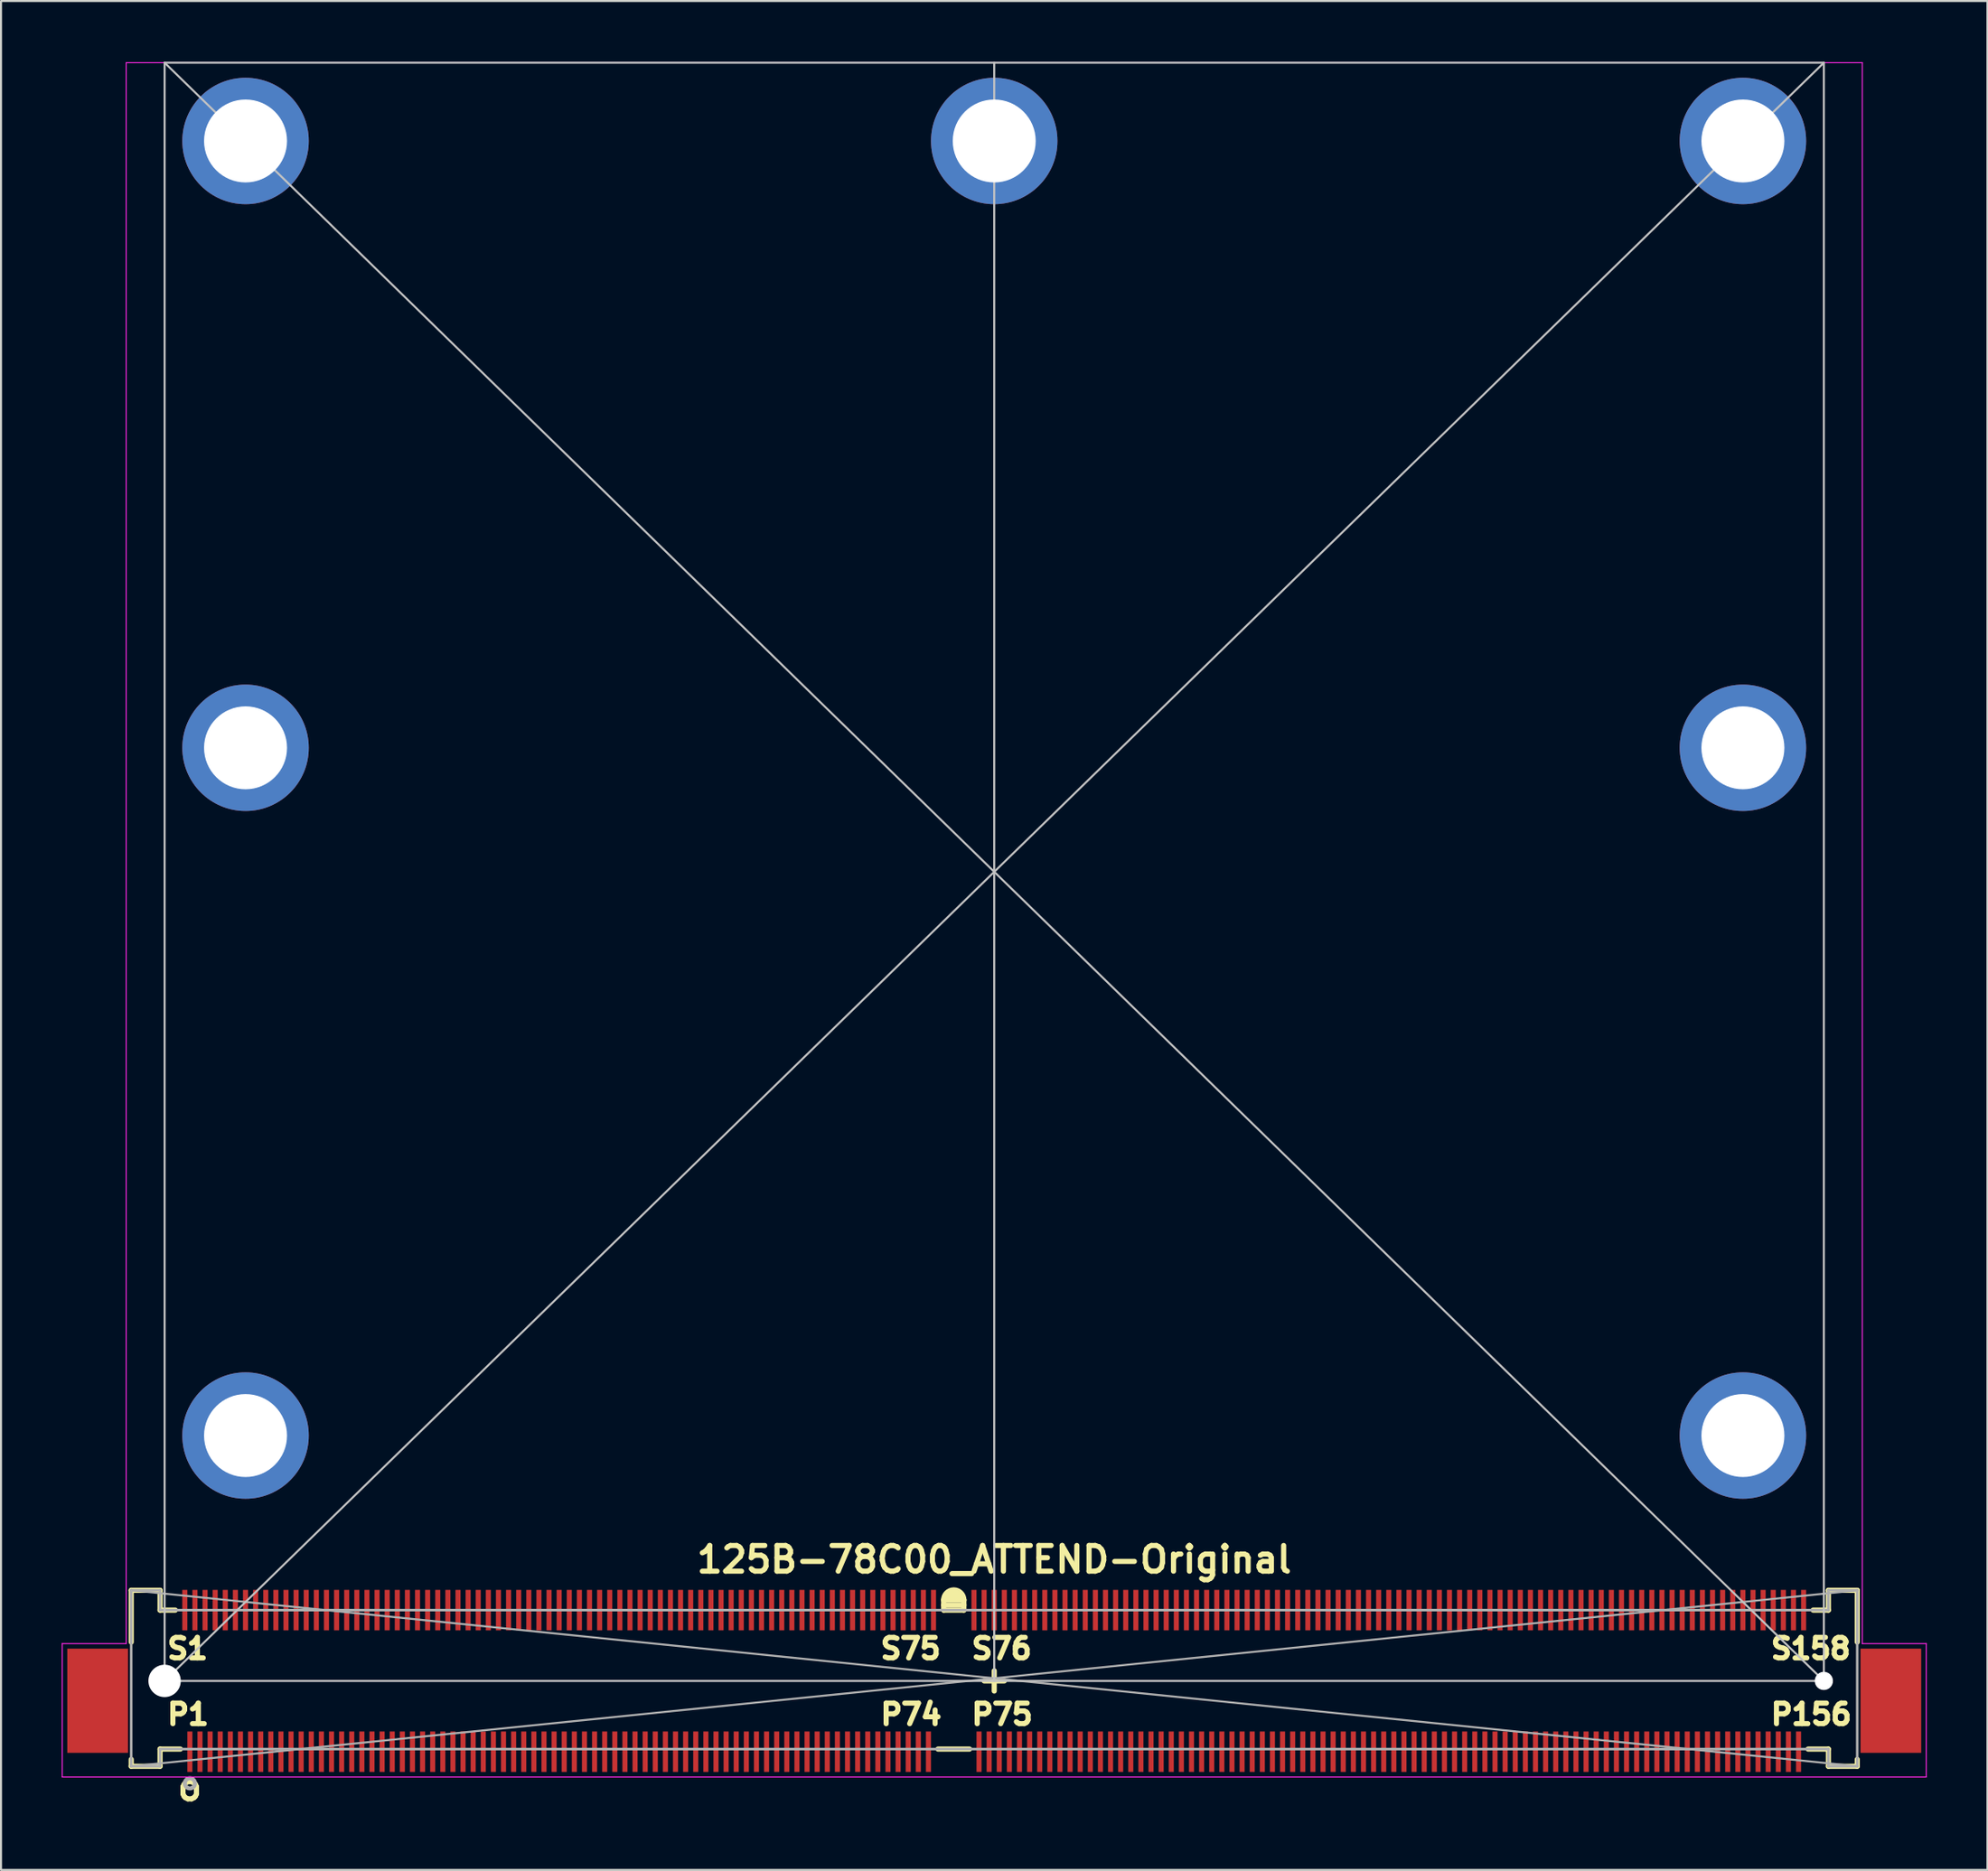
<source format=kicad_pcb>
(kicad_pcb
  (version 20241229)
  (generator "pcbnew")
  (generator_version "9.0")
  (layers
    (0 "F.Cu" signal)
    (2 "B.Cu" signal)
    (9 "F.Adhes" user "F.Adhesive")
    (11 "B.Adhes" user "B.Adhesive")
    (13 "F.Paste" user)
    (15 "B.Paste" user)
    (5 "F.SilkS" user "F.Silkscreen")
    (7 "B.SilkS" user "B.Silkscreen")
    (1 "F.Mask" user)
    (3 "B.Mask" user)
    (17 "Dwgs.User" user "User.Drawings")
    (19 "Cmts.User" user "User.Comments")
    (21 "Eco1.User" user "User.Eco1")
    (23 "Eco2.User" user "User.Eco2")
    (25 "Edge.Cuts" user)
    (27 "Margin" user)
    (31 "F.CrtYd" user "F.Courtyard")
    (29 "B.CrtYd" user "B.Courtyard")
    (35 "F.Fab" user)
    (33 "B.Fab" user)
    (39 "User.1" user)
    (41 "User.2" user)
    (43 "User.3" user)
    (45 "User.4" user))
  (footprint "125B-78C00_ATTEND-Original"
    (layer "F.Cu")
    (at 46.085 80.05)
    (property "Reference" "125B-78C00_ATTEND-Original" (at 0 -6 0) (layer "F.SilkS") (effects (font (size 1.27 1.27) (thickness 0.254) (bold yes))))
    (attr smd)
    (fp_line (start -42.65 -1.92) (end -42.65 -4.48) (stroke (width 0.254) (type solid)) (layer "F.SilkS"))
    (fp_line (start -42.65 4.22) (end -42.65 3.88) (stroke (width 0.254) (type solid)) (layer "F.SilkS"))
    (fp_line (start -41.225 -4.48) (end -42.65 -4.48) (stroke (width 0.254) (type solid)) (layer "F.SilkS"))
    (fp_line (start -41.225 -3.5) (end -41.225 -4.48) (stroke (width 0.254) (type solid)) (layer "F.SilkS"))
    (fp_line (start -41.225 -3.5) (end -40.47 -3.5) (stroke (width 0.254) (type solid)) (layer "F.SilkS"))
    (fp_line (start -41.225 3.37) (end -40.22 3.37) (stroke (width 0.254) (type solid)) (layer "F.SilkS"))
    (fp_line (start -41.225 4.22) (end -42.65 4.22) (stroke (width 0.254) (type solid)) (layer "F.SilkS"))
    (fp_line (start -41.225 4.22) (end -41.225 3.37) (stroke (width 0.254) (type solid)) (layer "F.SilkS"))
    (fp_line (start -2.78 3.37) (end -1.22 3.37) (stroke (width 0.254) (type solid)) (layer "F.SilkS"))
    (fp_line (start -2.5 -4) (end -1.5 -4) (stroke (width 0.254) (type solid)) (layer "F.SilkS"))
    (fp_line (start -2.5 -3.75) (end -1.5 -3.75) (stroke (width 0.254) (type solid)) (layer "F.SilkS"))
    (fp_line (start -2.5 -3.5) (end -2.5 -4) (stroke (width 0.254) (type default)) (layer "F.SilkS"))
    (fp_line (start -2.5 -3.5) (end -1.5 -3.5) (stroke (width 0.254) (type solid)) (layer "F.SilkS"))
    (fp_line (start -2.25 -4.25) (end -1.75 -4.25) (stroke (width 0.4) (type solid)) (layer "F.SilkS"))
    (fp_line (start -1.5 -3.5) (end -1.5 -4) (stroke (width 0.254) (type default)) (layer "F.SilkS"))
    (fp_line (start 0 0.5) (end 0 -0.5) (stroke (width 0.254) (type default)) (layer "F.SilkS"))
    (fp_line (start 0.5 0) (end -0.5 0) (stroke (width 0.254) (type default)) (layer "F.SilkS"))
    (fp_line (start 41.225 -4.48) (end 42.65 -4.48) (stroke (width 0.254) (type solid)) (layer "F.SilkS"))
    (fp_line (start 41.225 -3.5) (end 40.47 -3.5) (stroke (width 0.254) (type solid)) (layer "F.SilkS"))
    (fp_line (start 41.225 -3.5) (end 41.225 -4.48) (stroke (width 0.254) (type solid)) (layer "F.SilkS"))
    (fp_line (start 41.225 3.37) (end 40.22 3.37) (stroke (width 0.254) (type solid)) (layer "F.SilkS"))
    (fp_line (start 41.225 4.22) (end 41.225 3.37) (stroke (width 0.254) (type solid)) (layer "F.SilkS"))
    (fp_line (start 41.225 4.22) (end 42.65 4.22) (stroke (width 0.254) (type solid)) (layer "F.SilkS"))
    (fp_line (start 42.65 -1.92) (end 42.65 -4.48) (stroke (width 0.254) (type solid)) (layer "F.SilkS"))
    (fp_line (start 42.65 4.22) (end 42.65 3.88) (stroke (width 0.254) (type solid)) (layer "F.SilkS"))
    (fp_arc (start -2.5 -4) (mid -2 -4.5) (end -1.5 -4) (stroke (width 0.254) (type default)) (layer "F.SilkS"))
    (fp_line (start -41 0) (end 41 -80) (stroke (width 0.1) (type default)) (layer "Dwgs.User"))
    (fp_line (start 0 -80) (end 0 0) (stroke (width 0.1) (type default)) (layer "Dwgs.User"))
    (fp_line (start 41 0) (end -41 -80) (stroke (width 0.1) (type default)) (layer "Dwgs.User"))
    (fp_rect (start -41 0) (end 41 -80) (stroke (width 0.1) (type default)) (fill no) (layer "Dwgs.User"))
    (fp_line (start -46.06 -1.845) (end -46.06 4.75) (stroke (width 0.05) (type solid)) (layer "F.CrtYd"))
    (fp_line (start -46.06 -1.845) (end -42.9 -1.845) (stroke (width 0.05) (type solid)) (layer "F.CrtYd"))
    (fp_line (start -46.06 4.75) (end 46.06 4.75) (stroke (width 0.05) (type solid)) (layer "F.CrtYd"))
    (fp_line (start -42.9 -1.845) (end -42.9 -80) (stroke (width 0.05) (type solid)) (layer "F.CrtYd"))
    (fp_line (start 42.9 -80) (end -42.9 -80) (stroke (width 0.05) (type solid)) (layer "F.CrtYd"))
    (fp_line (start 42.9 -1.845) (end 42.9 -80) (stroke (width 0.05) (type solid)) (layer "F.CrtYd"))
    (fp_line (start 46.06 -1.845) (end 42.9 -1.845) (stroke (width 0.05) (type solid)) (layer "F.CrtYd"))
    (fp_line (start 46.06 4.75) (end 46.06 -1.845) (stroke (width 0.05) (type solid)) (layer "F.CrtYd"))
    (fp_line (start -42.65 -4.48) (end 42.65 4.22) (stroke (width 0.1) (type default)) (layer "F.Fab"))
    (fp_line (start -42.65 4.22) (end -42.65 -4.48) (stroke (width 0.127) (type solid)) (layer "F.Fab"))
    (fp_line (start -41.225 -4.48) (end -42.65 -4.48) (stroke (width 0.127) (type solid)) (layer "F.Fab"))
    (fp_line (start -41.225 -3.5) (end -41.225 -4.48) (stroke (width 0.127) (type solid)) (layer "F.Fab"))
    (fp_line (start -41.225 -3.5) (end 41.225 -3.5) (stroke (width 0.127) (type solid)) (layer "F.Fab"))
    (fp_line (start -41.225 4.22) (end -42.65 4.22) (stroke (width 0.127) (type solid)) (layer "F.Fab"))
    (fp_line (start -41.225 4.22) (end -41.225 3.37) (stroke (width 0.127) (type solid)) (layer "F.Fab"))
    (fp_line (start 41.225 -4.48) (end 41.225 -3.5) (stroke (width 0.127) (type solid)) (layer "F.Fab"))
    (fp_line (start 41.225 -4.48) (end 42.65 -4.48) (stroke (width 0.127) (type solid)) (layer "F.Fab"))
    (fp_line (start 41.225 3.37) (end -41.225 3.37) (stroke (width 0.127) (type solid)) (layer "F.Fab"))
    (fp_line (start 41.225 4.22) (end 41.225 3.37) (stroke (width 0.127) (type solid)) (layer "F.Fab"))
    (fp_line (start 41.225 4.22) (end 42.65 4.22) (stroke (width 0.127) (type solid)) (layer "F.Fab"))
    (fp_line (start 42.65 -4.48) (end -42.65 4.22) (stroke (width 0.1) (type default)) (layer "F.Fab"))
    (fp_line (start 42.65 -4.48) (end 42.65 4.22) (stroke (width 0.127) (type solid)) (layer "F.Fab"))
    (fp_circle (center -39.75 5.063) (end -39.5 5.063) (stroke (width 0.2) (type solid)) (fill no) (layer "F.Fab"))
    (fp_text user "S158" (at 38.25 -1 0) (unlocked yes) (layer "F.SilkS") (effects (font (size 1.016 1.016) (thickness 0.254) (bold yes)) (justify left bottom)))
    (fp_text user "P74" (at -5.75 2.25 0) (unlocked yes) (layer "F.SilkS") (effects (font (size 1.016 1.016) (thickness 0.254) (bold yes)) (justify left bottom)))
    (fp_text user "P156" (at 38.25 2.25 0) (unlocked yes) (layer "F.SilkS") (effects (font (size 1.016 1.016) (thickness 0.254) (bold yes)) (justify left bottom)))
    (fp_text user "S1" (at -41 -1 0) (unlocked yes) (layer "F.SilkS") (effects (font (size 1.016 1.016) (thickness 0.254) (bold yes)) (justify left bottom)))
    (fp_text user "o" (at -40.5 6 0) (unlocked yes) (layer "F.SilkS") (effects (font (size 1.27 1.27) (thickness 0.254) (bold yes)) (justify left bottom)))
    (fp_text user "S75" (at -5.75 -1 0) (unlocked yes) (layer "F.SilkS") (effects (font (size 1.016 1.016) (thickness 0.254) (bold yes)) (justify left bottom)))
    (fp_text user "S76" (at -1.25 -1 0) (unlocked yes) (layer "F.SilkS") (effects (font (size 1.016 1.016) (thickness 0.254) (bold yes)) (justify left bottom)))
    (fp_text user "P75" (at -1.25 2.25 0) (unlocked yes) (layer "F.SilkS") (effects (font (size 1.016 1.016) (thickness 0.254) (bold yes)) (justify left bottom)))
    (fp_text user "P1" (at -41 2.25 0) (unlocked yes) (layer "F.SilkS") (effects (font (size 1.016 1.016) (thickness 0.254) (bold yes)) (justify left bottom)))
    (pad "" np_thru_hole circle (at -41 0) (size 1.6 1.6) (drill 1.6) (layers "*.Cu" "*.Mask"))
    (pad "" smd rect (at -40 -3.5) (size 0.23 2) (layers "F.Paste"))
    (pad "" smd rect (at -39.75 3.5) (size 0.23 2) (layers "F.Paste"))
    (pad "" smd rect (at -39.5 -3.5) (size 0.23 2) (layers "F.Paste"))
    (pad "" smd rect (at -39.25 3.5) (size 0.23 2) (layers "F.Paste"))
    (pad "" smd rect (at -39 -3.5) (size 0.23 2) (layers "F.Paste"))
    (pad "" smd rect (at -38.75 3.5) (size 0.23 2) (layers "F.Paste"))
    (pad "" smd rect (at -38.5 -3.5) (size 0.23 2) (layers "F.Paste"))
    (pad "" smd rect (at -38.25 3.5) (size 0.23 2) (layers "F.Paste"))
    (pad "" smd rect (at -38 -3.5) (size 0.23 2) (layers "F.Paste"))
    (pad "" smd rect (at -37.75 3.5) (size 0.23 2) (layers "F.Paste"))
    (pad "" smd rect (at -37.5 -3.5) (size 0.23 2) (layers "F.Paste"))
    (pad "" smd rect (at -37.25 3.5) (size 0.23 2) (layers "F.Paste"))
    (pad "" smd rect (at -37 -3.5) (size 0.23 2) (layers "F.Paste"))
    (pad "" smd rect (at -36.75 3.5) (size 0.23 2) (layers "F.Paste"))
    (pad "" smd rect (at -36.5 -3.5) (size 0.23 2) (layers "F.Paste"))
    (pad "" smd rect (at -36.25 3.5) (size 0.23 2) (layers "F.Paste"))
    (pad "" smd rect (at -36 -3.5) (size 0.23 2) (layers "F.Paste"))
    (pad "" smd rect (at -35.75 3.5) (size 0.23 2) (layers "F.Paste"))
    (pad "" smd rect (at -35.5 -3.5) (size 0.23 2) (layers "F.Paste"))
    (pad "" smd rect (at -35.25 3.5) (size 0.23 2) (layers "F.Paste"))
    (pad "" smd rect (at -35 -3.5) (size 0.23 2) (layers "F.Paste"))
    (pad "" smd rect (at -34.75 3.5) (size 0.23 2) (layers "F.Paste"))
    (pad "" smd rect (at -34.5 -3.5) (size 0.23 2) (layers "F.Paste"))
    (pad "" smd rect (at -34.25 3.5) (size 0.23 2) (layers "F.Paste"))
    (pad "" smd rect (at -34 -3.5) (size 0.23 2) (layers "F.Paste"))
    (pad "" smd rect (at -33.75 3.5) (size 0.23 2) (layers "F.Paste"))
    (pad "" smd rect (at -33.5 -3.5) (size 0.23 2) (layers "F.Paste"))
    (pad "" smd rect (at -33.25 3.5) (size 0.23 2) (layers "F.Paste"))
    (pad "" smd rect (at -33 -3.5) (size 0.23 2) (layers "F.Paste"))
    (pad "" smd rect (at -32.75 3.5) (size 0.23 2) (layers "F.Paste"))
    (pad "" smd rect (at -32.5 -3.5) (size 0.23 2) (layers "F.Paste"))
    (pad "" smd rect (at -32.25 3.5) (size 0.23 2) (layers "F.Paste"))
    (pad "" smd rect (at -32 -3.5) (size 0.23 2) (layers "F.Paste"))
    (pad "" smd rect (at -31.75 3.5) (size 0.23 2) (layers "F.Paste"))
    (pad "" smd rect (at -31.5 -3.5) (size 0.23 2) (layers "F.Paste"))
    (pad "" smd rect (at -31.25 3.5) (size 0.23 2) (layers "F.Paste"))
    (pad "" smd rect (at -31 -3.5) (size 0.23 2) (layers "F.Paste"))
    (pad "" smd rect (at -30.75 3.5) (size 0.23 2) (layers "F.Paste"))
    (pad "" smd rect (at -30.5 -3.5) (size 0.23 2) (layers "F.Paste"))
    (pad "" smd rect (at -30.25 3.5) (size 0.23 2) (layers "F.Paste"))
    (pad "" smd rect (at -30 -3.5) (size 0.23 2) (layers "F.Paste"))
    (pad "" smd rect (at -29.75 3.5) (size 0.23 2) (layers "F.Paste"))
    (pad "" smd rect (at -29.5 -3.5) (size 0.23 2) (layers "F.Paste"))
    (pad "" smd rect (at -29.25 3.5) (size 0.23 2) (layers "F.Paste"))
    (pad "" smd rect (at -29 -3.5) (size 0.23 2) (layers "F.Paste"))
    (pad "" smd rect (at -28.75 3.5) (size 0.23 2) (layers "F.Paste"))
    (pad "" smd rect (at -28.5 -3.5) (size 0.23 2) (layers "F.Paste"))
    (pad "" smd rect (at -28.25 3.5) (size 0.23 2) (layers "F.Paste"))
    (pad "" smd rect (at -28 -3.5) (size 0.23 2) (layers "F.Paste"))
    (pad "" smd rect (at -27.75 3.5) (size 0.23 2) (layers "F.Paste"))
    (pad "" smd rect (at -27.5 -3.5) (size 0.23 2) (layers "F.Paste"))
    (pad "" smd rect (at -27.25 3.5) (size 0.23 2) (layers "F.Paste"))
    (pad "" smd rect (at -27 -3.5) (size 0.23 2) (layers "F.Paste"))
    (pad "" smd rect (at -26.75 3.5) (size 0.23 2) (layers "F.Paste"))
    (pad "" smd rect (at -26.5 -3.5) (size 0.23 2) (layers "F.Paste"))
    (pad "" smd rect (at -26.25 3.5) (size 0.23 2) (layers "F.Paste"))
    (pad "" smd rect (at -26 -3.5) (size 0.23 2) (layers "F.Paste"))
    (pad "" smd rect (at -25.75 3.5) (size 0.23 2) (layers "F.Paste"))
    (pad "" smd rect (at -25.5 -3.5) (size 0.23 2) (layers "F.Paste"))
    (pad "" smd rect (at -25.25 3.5) (size 0.23 2) (layers "F.Paste"))
    (pad "" smd rect (at -25 -3.5) (size 0.23 2) (layers "F.Paste"))
    (pad "" smd rect (at -24.75 3.5) (size 0.23 2) (layers "F.Paste"))
    (pad "" smd rect (at -24.5 -3.5) (size 0.23 2) (layers "F.Paste"))
    (pad "" smd rect (at -24.25 3.5) (size 0.23 2) (layers "F.Paste"))
    (pad "" smd rect (at -24 -3.5) (size 0.23 2) (layers "F.Paste"))
    (pad "" smd rect (at -23.75 3.5) (size 0.23 2) (layers "F.Paste"))
    (pad "" smd rect (at -23.5 -3.5) (size 0.23 2) (layers "F.Paste"))
    (pad "" smd rect (at -23.25 3.5) (size 0.23 2) (layers "F.Paste"))
    (pad "" smd rect (at -23 -3.5) (size 0.23 2) (layers "F.Paste"))
    (pad "" smd rect (at -22.75 3.5) (size 0.23 2) (layers "F.Paste"))
    (pad "" smd rect (at -22.5 -3.5) (size 0.23 2) (layers "F.Paste"))
    (pad "" smd rect (at -22.25 3.5) (size 0.23 2) (layers "F.Paste"))
    (pad "" smd rect (at -22 -3.5) (size 0.23 2) (layers "F.Paste"))
    (pad "" smd rect (at -21.75 3.5) (size 0.23 2) (layers "F.Paste"))
    (pad "" smd rect (at -21.5 -3.5) (size 0.23 2) (layers "F.Paste"))
    (pad "" smd rect (at -21.25 3.5) (size 0.23 2) (layers "F.Paste"))
    (pad "" smd rect (at -21 -3.5) (size 0.23 2) (layers "F.Paste"))
    (pad "" smd rect (at -20.75 3.5) (size 0.23 2) (layers "F.Paste"))
    (pad "" smd rect (at -20.5 -3.5) (size 0.23 2) (layers "F.Paste"))
    (pad "" smd rect (at -20.25 3.5) (size 0.23 2) (layers "F.Paste"))
    (pad "" smd rect (at -20 -3.5) (size 0.23 2) (layers "F.Paste"))
    (pad "" smd rect (at -19.75 3.5) (size 0.23 2) (layers "F.Paste"))
    (pad "" smd rect (at -19.5 -3.5) (size 0.23 2) (layers "F.Paste"))
    (pad "" smd rect (at -19.25 3.5) (size 0.23 2) (layers "F.Paste"))
    (pad "" smd rect (at -19 -3.5) (size 0.23 2) (layers "F.Paste"))
    (pad "" smd rect (at -18.75 3.5) (size 0.23 2) (layers "F.Paste"))
    (pad "" smd rect (at -18.5 -3.5) (size 0.23 2) (layers "F.Paste"))
    (pad "" smd rect (at -18.25 3.5) (size 0.23 2) (layers "F.Paste"))
    (pad "" smd rect (at -18 -3.5) (size 0.23 2) (layers "F.Paste"))
    (pad "" smd rect (at -17.75 3.5) (size 0.23 2) (layers "F.Paste"))
    (pad "" smd rect (at -17.5 -3.5) (size 0.23 2) (layers "F.Paste"))
    (pad "" smd rect (at -17.25 3.5) (size 0.23 2) (layers "F.Paste"))
    (pad "" smd rect (at -17 -3.5) (size 0.23 2) (layers "F.Paste"))
    (pad "" smd rect (at -16.75 3.5) (size 0.23 2) (layers "F.Paste"))
    (pad "" smd rect (at -16.5 -3.5) (size 0.23 2) (layers "F.Paste"))
    (pad "" smd rect (at -16.25 3.5) (size 0.23 2) (layers "F.Paste"))
    (pad "" smd rect (at -16 -3.5) (size 0.23 2) (layers "F.Paste"))
    (pad "" smd rect (at -15.75 3.5) (size 0.23 2) (layers "F.Paste"))
    (pad "" smd rect (at -15.5 -3.5) (size 0.23 2) (layers "F.Paste"))
    (pad "" smd rect (at -15.25 3.5) (size 0.23 2) (layers "F.Paste"))
    (pad "" smd rect (at -15 -3.5) (size 0.23 2) (layers "F.Paste"))
    (pad "" smd rect (at -14.75 3.5) (size 0.23 2) (layers "F.Paste"))
    (pad "" smd rect (at -14.5 -3.5) (size 0.23 2) (layers "F.Paste"))
    (pad "" smd rect (at -14.25 3.5) (size 0.23 2) (layers "F.Paste"))
    (pad "" smd rect (at -14 -3.5) (size 0.23 2) (layers "F.Paste"))
    (pad "" smd rect (at -13.75 3.5) (size 0.23 2) (layers "F.Paste"))
    (pad "" smd rect (at -13.5 -3.5) (size 0.23 2) (layers "F.Paste"))
    (pad "" smd rect (at -13.25 3.5) (size 0.23 2) (layers "F.Paste"))
    (pad "" smd rect (at -13 -3.5) (size 0.23 2) (layers "F.Paste"))
    (pad "" smd rect (at -12.75 3.5) (size 0.23 2) (layers "F.Paste"))
    (pad "" smd rect (at -12.5 -3.5) (size 0.23 2) (layers "F.Paste"))
    (pad "" smd rect (at -12.25 3.5) (size 0.23 2) (layers "F.Paste"))
    (pad "" smd rect (at -12 -3.5) (size 0.23 2) (layers "F.Paste"))
    (pad "" smd rect (at -11.75 3.5) (size 0.23 2) (layers "F.Paste"))
    (pad "" smd rect (at -11.5 -3.5) (size 0.23 2) (layers "F.Paste"))
    (pad "" smd rect (at -11.25 3.5) (size 0.23 2) (layers "F.Paste"))
    (pad "" smd rect (at -11 -3.5) (size 0.23 2) (layers "F.Paste"))
    (pad "" smd rect (at -10.75 3.5) (size 0.23 2) (layers "F.Paste"))
    (pad "" smd rect (at -10.5 -3.5) (size 0.23 2) (layers "F.Paste"))
    (pad "" smd rect (at -10.25 3.5) (size 0.23 2) (layers "F.Paste"))
    (pad "" smd rect (at -10 -3.5) (size 0.23 2) (layers "F.Paste"))
    (pad "" smd rect (at -9.75 3.5) (size 0.23 2) (layers "F.Paste"))
    (pad "" smd rect (at -9.5 -3.5) (size 0.23 2) (layers "F.Paste"))
    (pad "" smd rect (at -9.25 3.5) (size 0.23 2) (layers "F.Paste"))
    (pad "" smd rect (at -9 -3.5) (size 0.23 2) (layers "F.Paste"))
    (pad "" smd rect (at -8.75 3.5) (size 0.23 2) (layers "F.Paste"))
    (pad "" smd rect (at -8.5 -3.5) (size 0.23 2) (layers "F.Paste"))
    (pad "" smd rect (at -8.25 3.5) (size 0.23 2) (layers "F.Paste"))
    (pad "" smd rect (at -8 -3.5) (size 0.23 2) (layers "F.Paste"))
    (pad "" smd rect (at -7.75 3.5) (size 0.23 2) (layers "F.Paste"))
    (pad "" smd rect (at -7.5 -3.5) (size 0.23 2) (layers "F.Paste"))
    (pad "" smd rect (at -7.25 3.5) (size 0.23 2) (layers "F.Paste"))
    (pad "" smd rect (at -7 -3.5) (size 0.23 2) (layers "F.Paste"))
    (pad "" smd rect (at -6.75 3.5) (size 0.23 2) (layers "F.Paste"))
    (pad "" smd rect (at -6.5 -3.5) (size 0.23 2) (layers "F.Paste"))
    (pad "" smd rect (at -6.25 3.5) (size 0.23 2) (layers "F.Paste"))
    (pad "" smd rect (at -6 -3.5) (size 0.23 2) (layers "F.Paste"))
    (pad "" smd rect (at -5.75 3.5) (size 0.23 2) (layers "F.Paste"))
    (pad "" smd rect (at -5.5 -3.5) (size 0.23 2) (layers "F.Paste"))
    (pad "" smd rect (at -5.25 3.5) (size 0.23 2) (layers "F.Paste"))
    (pad "" smd rect (at -5 -3.5) (size 0.23 2) (layers "F.Paste"))
    (pad "" smd rect (at -4.75 3.5) (size 0.23 2) (layers "F.Paste"))
    (pad "" smd rect (at -4.5 -3.5) (size 0.23 2) (layers "F.Paste"))
    (pad "" smd rect (at -4.25 3.5) (size 0.23 2) (layers "F.Paste"))
    (pad "" smd rect (at -4 -3.5) (size 0.23 2) (layers "F.Paste"))
    (pad "" smd rect (at -3.75 3.5) (size 0.23 2) (layers "F.Paste"))
    (pad "" smd rect (at -3.5 -3.5) (size 0.23 2) (layers "F.Paste"))
    (pad "" smd rect (at -3.25 3.5) (size 0.23 2) (layers "F.Paste"))
    (pad "" smd rect (at -3 -3.5) (size 0.23 2) (layers "F.Paste"))
    (pad "" smd rect (at -1 -3.5) (size 0.23 2) (layers "F.Paste"))
    (pad "" smd rect (at -0.75 3.5) (size 0.23 2) (layers "F.Paste"))
    (pad "" smd rect (at -0.5 -3.5) (size 0.23 2) (layers "F.Paste"))
    (pad "" smd rect (at -0.25 3.5) (size 0.23 2) (layers "F.Paste"))
    (pad "" smd rect (at 0 -3.5) (size 0.23 2) (layers "F.Paste"))
    (pad "" smd rect (at 0.25 3.5) (size 0.23 2) (layers "F.Paste"))
    (pad "" smd rect (at 0.5 -3.5) (size 0.23 2) (layers "F.Paste"))
    (pad "" smd rect (at 0.75 3.5) (size 0.23 2) (layers "F.Paste"))
    (pad "" smd rect (at 1 -3.5) (size 0.23 2) (layers "F.Paste"))
    (pad "" smd rect (at 1.25 3.5) (size 0.23 2) (layers "F.Paste"))
    (pad "" smd rect (at 1.5 -3.5) (size 0.23 2) (layers "F.Paste"))
    (pad "" smd rect (at 1.75 3.5) (size 0.23 2) (layers "F.Paste"))
    (pad "" smd rect (at 2 -3.5) (size 0.23 2) (layers "F.Paste"))
    (pad "" smd rect (at 2.25 3.5) (size 0.23 2) (layers "F.Paste"))
    (pad "" smd rect (at 2.5 -3.5) (size 0.23 2) (layers "F.Paste"))
    (pad "" smd rect (at 2.75 3.5) (size 0.23 2) (layers "F.Paste"))
    (pad "" smd rect (at 3 -3.5) (size 0.23 2) (layers "F.Paste"))
    (pad "" smd rect (at 3.25 3.5) (size 0.23 2) (layers "F.Paste"))
    (pad "" smd rect (at 3.5 -3.5) (size 0.23 2) (layers "F.Paste"))
    (pad "" smd rect (at 3.75 3.5) (size 0.23 2) (layers "F.Paste"))
    (pad "" smd rect (at 4 -3.5) (size 0.23 2) (layers "F.Paste"))
    (pad "" smd rect (at 4.25 3.5) (size 0.23 2) (layers "F.Paste"))
    (pad "" smd rect (at 4.5 -3.5) (size 0.23 2) (layers "F.Paste"))
    (pad "" smd rect (at 4.75 3.5) (size 0.23 2) (layers "F.Paste"))
    (pad "" smd rect (at 5 -3.5) (size 0.23 2) (layers "F.Paste"))
    (pad "" smd rect (at 5.25 3.5) (size 0.23 2) (layers "F.Paste"))
    (pad "" smd rect (at 5.5 -3.5) (size 0.23 2) (layers "F.Paste"))
    (pad "" smd rect (at 5.75 3.5) (size 0.23 2) (layers "F.Paste"))
    (pad "" smd rect (at 6 -3.5) (size 0.23 2) (layers "F.Paste"))
    (pad "" smd rect (at 6.25 3.5) (size 0.23 2) (layers "F.Paste"))
    (pad "" smd rect (at 6.5 -3.5) (size 0.23 2) (layers "F.Paste"))
    (pad "" smd rect (at 6.75 3.5) (size 0.23 2) (layers "F.Paste"))
    (pad "" smd rect (at 7 -3.5) (size 0.23 2) (layers "F.Paste"))
    (pad "" smd rect (at 7.25 3.5) (size 0.23 2) (layers "F.Paste"))
    (pad "" smd rect (at 7.5 -3.5) (size 0.23 2) (layers "F.Paste"))
    (pad "" smd rect (at 7.75 3.5) (size 0.23 2) (layers "F.Paste"))
    (pad "" smd rect (at 8 -3.5) (size 0.23 2) (layers "F.Paste"))
    (pad "" smd rect (at 8.25 3.5) (size 0.23 2) (layers "F.Paste"))
    (pad "" smd rect (at 8.5 -3.5) (size 0.23 2) (layers "F.Paste"))
    (pad "" smd rect (at 8.75 3.5) (size 0.23 2) (layers "F.Paste"))
    (pad "" smd rect (at 9 -3.5) (size 0.23 2) (layers "F.Paste"))
    (pad "" smd rect (at 9.25 3.5) (size 0.23 2) (layers "F.Paste"))
    (pad "" smd rect (at 9.5 -3.5) (size 0.23 2) (layers "F.Paste"))
    (pad "" smd rect (at 9.75 3.5) (size 0.23 2) (layers "F.Paste"))
    (pad "" smd rect (at 10 -3.5) (size 0.23 2) (layers "F.Paste"))
    (pad "" smd rect (at 10.25 3.5) (size 0.23 2) (layers "F.Paste"))
    (pad "" smd rect (at 10.5 -3.5) (size 0.23 2) (layers "F.Paste"))
    (pad "" smd rect (at 10.75 3.5) (size 0.23 2) (layers "F.Paste"))
    (pad "" smd rect (at 11 -3.5) (size 0.23 2) (layers "F.Paste"))
    (pad "" smd rect (at 11.25 3.5) (size 0.23 2) (layers "F.Paste"))
    (pad "" smd rect (at 11.5 -3.5) (size 0.23 2) (layers "F.Paste"))
    (pad "" smd rect (at 11.75 3.5) (size 0.23 2) (layers "F.Paste"))
    (pad "" smd rect (at 12 -3.5) (size 0.23 2) (layers "F.Paste"))
    (pad "" smd rect (at 12.25 3.5) (size 0.23 2) (layers "F.Paste"))
    (pad "" smd rect (at 12.5 -3.5) (size 0.23 2) (layers "F.Paste"))
    (pad "" smd rect (at 12.75 3.5) (size 0.23 2) (layers "F.Paste"))
    (pad "" smd rect (at 13 -3.5) (size 0.23 2) (layers "F.Paste"))
    (pad "" smd rect (at 13.25 3.5) (size 0.23 2) (layers "F.Paste"))
    (pad "" smd rect (at 13.5 -3.5) (size 0.23 2) (layers "F.Paste"))
    (pad "" smd rect (at 13.75 3.5) (size 0.23 2) (layers "F.Paste"))
    (pad "" smd rect (at 14 -3.5) (size 0.23 2) (layers "F.Paste"))
    (pad "" smd rect (at 14.25 3.5) (size 0.23 2) (layers "F.Paste"))
    (pad "" smd rect (at 14.5 -3.5) (size 0.23 2) (layers "F.Paste"))
    (pad "" smd rect (at 14.75 3.5) (size 0.23 2) (layers "F.Paste"))
    (pad "" smd rect (at 15 -3.5) (size 0.23 2) (layers "F.Paste"))
    (pad "" smd rect (at 15.25 3.5) (size 0.23 2) (layers "F.Paste"))
    (pad "" smd rect (at 15.5 -3.5) (size 0.23 2) (layers "F.Paste"))
    (pad "" smd rect (at 15.75 3.5) (size 0.23 2) (layers "F.Paste"))
    (pad "" smd rect (at 16 -3.5) (size 0.23 2) (layers "F.Paste"))
    (pad "" smd rect (at 16.25 3.5) (size 0.23 2) (layers "F.Paste"))
    (pad "" smd rect (at 16.5 -3.5) (size 0.23 2) (layers "F.Paste"))
    (pad "" smd rect (at 16.75 3.5) (size 0.23 2) (layers "F.Paste"))
    (pad "" smd rect (at 17 -3.5) (size 0.23 2) (layers "F.Paste"))
    (pad "" smd rect (at 17.25 3.5) (size 0.23 2) (layers "F.Paste"))
    (pad "" smd rect (at 17.5 -3.5) (size 0.23 2) (layers "F.Paste"))
    (pad "" smd rect (at 17.75 3.5) (size 0.23 2) (layers "F.Paste"))
    (pad "" smd rect (at 18 -3.5) (size 0.23 2) (layers "F.Paste"))
    (pad "" smd rect (at 18.25 3.5) (size 0.23 2) (layers "F.Paste"))
    (pad "" smd rect (at 18.5 -3.5) (size 0.23 2) (layers "F.Paste"))
    (pad "" smd rect (at 18.75 3.5) (size 0.23 2) (layers "F.Paste"))
    (pad "" smd rect (at 19 -3.5) (size 0.23 2) (layers "F.Paste"))
    (pad "" smd rect (at 19.25 3.5) (size 0.23 2) (layers "F.Paste"))
    (pad "" smd rect (at 19.5 -3.5) (size 0.23 2) (layers "F.Paste"))
    (pad "" smd rect (at 19.75 3.5) (size 0.23 2) (layers "F.Paste"))
    (pad "" smd rect (at 20 -3.5) (size 0.23 2) (layers "F.Paste"))
    (pad "" smd rect (at 20.25 3.5) (size 0.23 2) (layers "F.Paste"))
    (pad "" smd rect (at 20.5 -3.5) (size 0.23 2) (layers "F.Paste"))
    (pad "" smd rect (at 20.75 3.5) (size 0.23 2) (layers "F.Paste"))
    (pad "" smd rect (at 21 -3.5) (size 0.23 2) (layers "F.Paste"))
    (pad "" smd rect (at 21.25 3.5) (size 0.23 2) (layers "F.Paste"))
    (pad "" smd rect (at 21.5 -3.5) (size 0.23 2) (layers "F.Paste"))
    (pad "" smd rect (at 21.75 3.5) (size 0.23 2) (layers "F.Paste"))
    (pad "" smd rect (at 22 -3.5) (size 0.23 2) (layers "F.Paste"))
    (pad "" smd rect (at 22.25 3.5) (size 0.23 2) (layers "F.Paste"))
    (pad "" smd rect (at 22.5 -3.5) (size 0.23 2) (layers "F.Paste"))
    (pad "" smd rect (at 22.75 3.5) (size 0.23 2) (layers "F.Paste"))
    (pad "" smd rect (at 23 -3.5) (size 0.23 2) (layers "F.Paste"))
    (pad "" smd rect (at 23.25 3.5) (size 0.23 2) (layers "F.Paste"))
    (pad "" smd rect (at 23.5 -3.5) (size 0.23 2) (layers "F.Paste"))
    (pad "" smd rect (at 23.75 3.5) (size 0.23 2) (layers "F.Paste"))
    (pad "" smd rect (at 24 -3.5) (size 0.23 2) (layers "F.Paste"))
    (pad "" smd rect (at 24.25 3.5) (size 0.23 2) (layers "F.Paste"))
    (pad "" smd rect (at 24.5 -3.5) (size 0.23 2) (layers "F.Paste"))
    (pad "" smd rect (at 24.75 3.5) (size 0.23 2) (layers "F.Paste"))
    (pad "" smd rect (at 25 -3.5) (size 0.23 2) (layers "F.Paste"))
    (pad "" smd rect (at 25.25 3.5) (size 0.23 2) (layers "F.Paste"))
    (pad "" smd rect (at 25.5 -3.5) (size 0.23 2) (layers "F.Paste"))
    (pad "" smd rect (at 25.75 3.5) (size 0.23 2) (layers "F.Paste"))
    (pad "" smd rect (at 26 -3.5) (size 0.23 2) (layers "F.Paste"))
    (pad "" smd rect (at 26.25 3.5) (size 0.23 2) (layers "F.Paste"))
    (pad "" smd rect (at 26.5 -3.5) (size 0.23 2) (layers "F.Paste"))
    (pad "" smd rect (at 26.75 3.5) (size 0.23 2) (layers "F.Paste"))
    (pad "" smd rect (at 27 -3.5) (size 0.23 2) (layers "F.Paste"))
    (pad "" smd rect (at 27.25 3.5) (size 0.23 2) (layers "F.Paste"))
    (pad "" smd rect (at 27.5 -3.5) (size 0.23 2) (layers "F.Paste"))
    (pad "" smd rect (at 27.75 3.5) (size 0.23 2) (layers "F.Paste"))
    (pad "" smd rect (at 28 -3.5) (size 0.23 2) (layers "F.Paste"))
    (pad "" smd rect (at 28.25 3.5) (size 0.23 2) (layers "F.Paste"))
    (pad "" smd rect (at 28.5 -3.5) (size 0.23 2) (layers "F.Paste"))
    (pad "" smd rect (at 28.75 3.5) (size 0.23 2) (layers "F.Paste"))
    (pad "" smd rect (at 29 -3.5) (size 0.23 2) (layers "F.Paste"))
    (pad "" smd rect (at 29.25 3.5) (size 0.23 2) (layers "F.Paste"))
    (pad "" smd rect (at 29.5 -3.5) (size 0.23 2) (layers "F.Paste"))
    (pad "" smd rect (at 29.75 3.5) (size 0.23 2) (layers "F.Paste"))
    (pad "" smd rect (at 30 -3.5) (size 0.23 2) (layers "F.Paste"))
    (pad "" smd rect (at 30.25 3.5) (size 0.23 2) (layers "F.Paste"))
    (pad "" smd rect (at 30.5 -3.5) (size 0.23 2) (layers "F.Paste"))
    (pad "" smd rect (at 30.75 3.5) (size 0.23 2) (layers "F.Paste"))
    (pad "" smd rect (at 31 -3.5) (size 0.23 2) (layers "F.Paste"))
    (pad "" smd rect (at 31.25 3.5) (size 0.23 2) (layers "F.Paste"))
    (pad "" smd rect (at 31.5 -3.5) (size 0.23 2) (layers "F.Paste"))
    (pad "" smd rect (at 31.75 3.5) (size 0.23 2) (layers "F.Paste"))
    (pad "" smd rect (at 32 -3.5) (size 0.23 2) (layers "F.Paste"))
    (pad "" smd rect (at 32.25 3.5) (size 0.23 2) (layers "F.Paste"))
    (pad "" smd rect (at 32.5 -3.5) (size 0.23 2) (layers "F.Paste"))
    (pad "" smd rect (at 32.75 3.5) (size 0.23 2) (layers "F.Paste"))
    (pad "" smd rect (at 33 -3.5) (size 0.23 2) (layers "F.Paste"))
    (pad "" smd rect (at 33.25 3.5) (size 0.23 2) (layers "F.Paste"))
    (pad "" smd rect (at 33.5 -3.5) (size 0.23 2) (layers "F.Paste"))
    (pad "" smd rect (at 33.75 3.5) (size 0.23 2) (layers "F.Paste"))
    (pad "" smd rect (at 34 -3.5) (size 0.23 2) (layers "F.Paste"))
    (pad "" smd rect (at 34.25 3.5) (size 0.23 2) (layers "F.Paste"))
    (pad "" smd rect (at 34.5 -3.5) (size 0.23 2) (layers "F.Paste"))
    (pad "" smd rect (at 34.75 3.5) (size 0.23 2) (layers "F.Paste"))
    (pad "" smd rect (at 35 -3.5) (size 0.23 2) (layers "F.Paste"))
    (pad "" smd rect (at 35.25 3.5) (size 0.23 2) (layers "F.Paste"))
    (pad "" smd rect (at 35.5 -3.5) (size 0.23 2) (layers "F.Paste"))
    (pad "" smd rect (at 35.75 3.5) (size 0.23 2) (layers "F.Paste"))
    (pad "" smd rect (at 36 -3.5) (size 0.23 2) (layers "F.Paste"))
    (pad "" smd rect (at 36.25 3.5) (size 0.23 2) (layers "F.Paste"))
    (pad "" smd rect (at 36.5 -3.5) (size 0.23 2) (layers "F.Paste"))
    (pad "" smd rect (at 36.75 3.5) (size 0.23 2) (layers "F.Paste"))
    (pad "" smd rect (at 37 -3.5) (size 0.23 2) (layers "F.Paste"))
    (pad "" smd rect (at 37.25 3.5) (size 0.23 2) (layers "F.Paste"))
    (pad "" smd rect (at 37.5 -3.5) (size 0.23 2) (layers "F.Paste"))
    (pad "" smd rect (at 37.75 3.5) (size 0.23 2) (layers "F.Paste"))
    (pad "" smd rect (at 38 -3.5) (size 0.23 2) (layers "F.Paste"))
    (pad "" smd rect (at 38.25 3.5) (size 0.23 2) (layers "F.Paste"))
    (pad "" smd rect (at 38.5 -3.5) (size 0.23 2) (layers "F.Paste"))
    (pad "" smd rect (at 38.75 3.5) (size 0.23 2) (layers "F.Paste"))
    (pad "" smd rect (at 39 -3.5) (size 0.23 2) (layers "F.Paste"))
    (pad "" smd rect (at 39.25 3.5) (size 0.23 2) (layers "F.Paste"))
    (pad "" smd rect (at 39.5 -3.5) (size 0.23 2) (layers "F.Paste"))
    (pad "" smd rect (at 39.75 3.5) (size 0.23 2) (layers "F.Paste"))
    (pad "" smd rect (at 40 -3.5) (size 0.23 2) (layers "F.Paste"))
    (pad "" np_thru_hole circle (at 41 0) (size 0.9 0.9) (drill 0.9) (layers "*.Cu" "*.Mask"))
    (pad "P1" smd rect (at -39.75 3.5) (size 0.25 2) (layers "F.Cu" "F.Mask"))
    (pad "P2" smd rect (at -39.25 3.5) (size 0.25 2) (layers "F.Cu" "F.Mask"))
    (pad "P3" smd rect (at -38.75 3.5) (size 0.25 2) (layers "F.Cu" "F.Mask"))
    (pad "P4" smd rect (at -38.25 3.5) (size 0.25 2) (layers "F.Cu" "F.Mask"))
    (pad "P5" smd rect (at -37.75 3.5) (size 0.25 2) (layers "F.Cu" "F.Mask"))
    (pad "P6" smd rect (at -37.25 3.5) (size 0.25 2) (layers "F.Cu" "F.Mask"))
    (pad "P7" smd rect (at -36.75 3.5) (size 0.25 2) (layers "F.Cu" "F.Mask"))
    (pad "P8" smd rect (at -36.25 3.5) (size 0.25 2) (layers "F.Cu" "F.Mask"))
    (pad "P9" smd rect (at -35.75 3.5) (size 0.25 2) (layers "F.Cu" "F.Mask"))
    (pad "P10" smd rect (at -35.25 3.5) (size 0.25 2) (layers "F.Cu" "F.Mask"))
    (pad "P11" smd rect (at -34.75 3.5) (size 0.25 2) (layers "F.Cu" "F.Mask"))
    (pad "P12" smd rect (at -34.25 3.5) (size 0.25 2) (layers "F.Cu" "F.Mask"))
    (pad "P13" smd rect (at -33.75 3.5) (size 0.25 2) (layers "F.Cu" "F.Mask"))
    (pad "P14" smd rect (at -33.25 3.5) (size 0.25 2) (layers "F.Cu" "F.Mask"))
    (pad "P15" smd rect (at -32.75 3.5) (size 0.25 2) (layers "F.Cu" "F.Mask"))
    (pad "P16" smd rect (at -32.25 3.5) (size 0.25 2) (layers "F.Cu" "F.Mask"))
    (pad "P17" smd rect (at -31.75 3.5) (size 0.25 2) (layers "F.Cu" "F.Mask"))
    (pad "P18" smd rect (at -31.25 3.5) (size 0.25 2) (layers "F.Cu" "F.Mask"))
    (pad "P19" smd rect (at -30.75 3.5) (size 0.25 2) (layers "F.Cu" "F.Mask"))
    (pad "P20" smd rect (at -30.25 3.5) (size 0.25 2) (layers "F.Cu" "F.Mask"))
    (pad "P21" smd rect (at -29.75 3.5) (size 0.25 2) (layers "F.Cu" "F.Mask"))
    (pad "P22" smd rect (at -29.25 3.5) (size 0.25 2) (layers "F.Cu" "F.Mask"))
    (pad "P23" smd rect (at -28.75 3.5) (size 0.25 2) (layers "F.Cu" "F.Mask"))
    (pad "P24" smd rect (at -28.25 3.5) (size 0.25 2) (layers "F.Cu" "F.Mask"))
    (pad "P25" smd rect (at -27.75 3.5) (size 0.25 2) (layers "F.Cu" "F.Mask"))
    (pad "P26" smd rect (at -27.25 3.5) (size 0.25 2) (layers "F.Cu" "F.Mask"))
    (pad "P27" smd rect (at -26.75 3.5) (size 0.25 2) (layers "F.Cu" "F.Mask"))
    (pad "P28" smd rect (at -26.25 3.5) (size 0.25 2) (layers "F.Cu" "F.Mask"))
    (pad "P29" smd rect (at -25.75 3.5) (size 0.25 2) (layers "F.Cu" "F.Mask"))
    (pad "P30" smd rect (at -25.25 3.5) (size 0.25 2) (layers "F.Cu" "F.Mask"))
    (pad "P31" smd rect (at -24.75 3.5) (size 0.25 2) (layers "F.Cu" "F.Mask"))
    (pad "P32" smd rect (at -24.25 3.5) (size 0.25 2) (layers "F.Cu" "F.Mask"))
    (pad "P33" smd rect (at -23.75 3.5) (size 0.25 2) (layers "F.Cu" "F.Mask"))
    (pad "P34" smd rect (at -23.25 3.5) (size 0.25 2) (layers "F.Cu" "F.Mask"))
    (pad "P35" smd rect (at -22.75 3.5) (size 0.25 2) (layers "F.Cu" "F.Mask"))
    (pad "P36" smd rect (at -22.25 3.5) (size 0.25 2) (layers "F.Cu" "F.Mask"))
    (pad "P37" smd rect (at -21.75 3.5) (size 0.25 2) (layers "F.Cu" "F.Mask"))
    (pad "P38" smd rect (at -21.25 3.5) (size 0.25 2) (layers "F.Cu" "F.Mask"))
    (pad "P39" smd rect (at -20.75 3.5) (size 0.25 2) (layers "F.Cu" "F.Mask"))
    (pad "P40" smd rect (at -20.25 3.5) (size 0.25 2) (layers "F.Cu" "F.Mask"))
    (pad "P41" smd rect (at -19.75 3.5) (size 0.25 2) (layers "F.Cu" "F.Mask"))
    (pad "P42" smd rect (at -19.25 3.5) (size 0.25 2) (layers "F.Cu" "F.Mask"))
    (pad "P43" smd rect (at -18.75 3.5) (size 0.25 2) (layers "F.Cu" "F.Mask"))
    (pad "P44" smd rect (at -18.25 3.5) (size 0.25 2) (layers "F.Cu" "F.Mask"))
    (pad "P45" smd rect (at -17.75 3.5) (size 0.25 2) (layers "F.Cu" "F.Mask"))
    (pad "P46" smd rect (at -17.25 3.5) (size 0.25 2) (layers "F.Cu" "F.Mask"))
    (pad "P47" smd rect (at -16.75 3.5) (size 0.25 2) (layers "F.Cu" "F.Mask"))
    (pad "P48" smd rect (at -16.25 3.5) (size 0.25 2) (layers "F.Cu" "F.Mask"))
    (pad "P49" smd rect (at -15.75 3.5) (size 0.25 2) (layers "F.Cu" "F.Mask"))
    (pad "P50" smd rect (at -15.25 3.5) (size 0.25 2) (layers "F.Cu" "F.Mask"))
    (pad "P51" smd rect (at -14.75 3.5) (size 0.25 2) (layers "F.Cu" "F.Mask"))
    (pad "P52" smd rect (at -14.25 3.5) (size 0.25 2) (layers "F.Cu" "F.Mask"))
    (pad "P53" smd rect (at -13.75 3.5) (size 0.25 2) (layers "F.Cu" "F.Mask"))
    (pad "P54" smd rect (at -13.25 3.5) (size 0.25 2) (layers "F.Cu" "F.Mask"))
    (pad "P55" smd rect (at -12.75 3.5) (size 0.25 2) (layers "F.Cu" "F.Mask"))
    (pad "P56" smd rect (at -12.25 3.5) (size 0.25 2) (layers "F.Cu" "F.Mask"))
    (pad "P57" smd rect (at -11.75 3.5) (size 0.25 2) (layers "F.Cu" "F.Mask"))
    (pad "P58" smd rect (at -11.25 3.5) (size 0.25 2) (layers "F.Cu" "F.Mask"))
    (pad "P59" smd rect (at -10.75 3.5) (size 0.25 2) (layers "F.Cu" "F.Mask"))
    (pad "P60" smd rect (at -10.25 3.5) (size 0.25 2) (layers "F.Cu" "F.Mask"))
    (pad "P61" smd rect (at -9.75 3.5) (size 0.25 2) (layers "F.Cu" "F.Mask"))
    (pad "P62" smd rect (at -9.25 3.5) (size 0.25 2) (layers "F.Cu" "F.Mask"))
    (pad "P63" smd rect (at -8.75 3.5) (size 0.25 2) (layers "F.Cu" "F.Mask"))
    (pad "P64" smd rect (at -8.25 3.5) (size 0.25 2) (layers "F.Cu" "F.Mask"))
    (pad "P65" smd rect (at -7.75 3.5) (size 0.25 2) (layers "F.Cu" "F.Mask"))
    (pad "P66" smd rect (at -7.25 3.5) (size 0.25 2) (layers "F.Cu" "F.Mask"))
    (pad "P67" smd rect (at -6.75 3.5) (size 0.25 2) (layers "F.Cu" "F.Mask"))
    (pad "P68" smd rect (at -6.25 3.5) (size 0.25 2) (layers "F.Cu" "F.Mask"))
    (pad "P69" smd rect (at -5.75 3.5) (size 0.25 2) (layers "F.Cu" "F.Mask"))
    (pad "P70" smd rect (at -5.25 3.5) (size 0.25 2) (layers "F.Cu" "F.Mask"))
    (pad "P71" smd rect (at -4.75 3.5) (size 0.25 2) (layers "F.Cu" "F.Mask"))
    (pad "P72" smd rect (at -4.25 3.5) (size 0.25 2) (layers "F.Cu" "F.Mask"))
    (pad "P73" smd rect (at -3.75 3.5) (size 0.25 2) (layers "F.Cu" "F.Mask"))
    (pad "P74" smd rect (at -3.25 3.5) (size 0.25 2) (layers "F.Cu" "F.Mask"))
    (pad "P75" smd rect (at -0.75 3.5) (size 0.25 2) (layers "F.Cu" "F.Mask"))
    (pad "P76" smd rect (at -0.25 3.5) (size 0.25 2) (layers "F.Cu" "F.Mask"))
    (pad "P77" smd rect (at 0.25 3.5) (size 0.25 2) (layers "F.Cu" "F.Mask"))
    (pad "P78" smd rect (at 0.75 3.5) (size 0.25 2) (layers "F.Cu" "F.Mask"))
    (pad "P79" smd rect (at 1.25 3.5) (size 0.25 2) (layers "F.Cu" "F.Mask"))
    (pad "P80" smd rect (at 1.75 3.5) (size 0.25 2) (layers "F.Cu" "F.Mask"))
    (pad "P81" smd rect (at 2.25 3.5) (size 0.25 2) (layers "F.Cu" "F.Mask"))
    (pad "P82" smd rect (at 2.75 3.5) (size 0.25 2) (layers "F.Cu" "F.Mask"))
    (pad "P83" smd rect (at 3.25 3.5) (size 0.25 2) (layers "F.Cu" "F.Mask"))
    (pad "P84" smd rect (at 3.75 3.5) (size 0.25 2) (layers "F.Cu" "F.Mask"))
    (pad "P85" smd rect (at 4.25 3.5) (size 0.25 2) (layers "F.Cu" "F.Mask"))
    (pad "P86" smd rect (at 4.75 3.5) (size 0.25 2) (layers "F.Cu" "F.Mask"))
    (pad "P87" smd rect (at 5.25 3.5) (size 0.25 2) (layers "F.Cu" "F.Mask"))
    (pad "P88" smd rect (at 5.75 3.5) (size 0.25 2) (layers "F.Cu" "F.Mask"))
    (pad "P89" smd rect (at 6.25 3.5) (size 0.25 2) (layers "F.Cu" "F.Mask"))
    (pad "P90" smd rect (at 6.75 3.5) (size 0.25 2) (layers "F.Cu" "F.Mask"))
    (pad "P91" smd rect (at 7.25 3.5) (size 0.25 2) (layers "F.Cu" "F.Mask"))
    (pad "P92" smd rect (at 7.75 3.5) (size 0.25 2) (layers "F.Cu" "F.Mask"))
    (pad "P93" smd rect (at 8.25 3.5) (size 0.25 2) (layers "F.Cu" "F.Mask"))
    (pad "P94" smd rect (at 8.75 3.5) (size 0.25 2) (layers "F.Cu" "F.Mask"))
    (pad "P95" smd rect (at 9.25 3.5) (size 0.25 2) (layers "F.Cu" "F.Mask"))
    (pad "P96" smd rect (at 9.75 3.5) (size 0.25 2) (layers "F.Cu" "F.Mask"))
    (pad "P97" smd rect (at 10.25 3.5) (size 0.25 2) (layers "F.Cu" "F.Mask"))
    (pad "P98" smd rect (at 10.75 3.5) (size 0.25 2) (layers "F.Cu" "F.Mask"))
    (pad "P99" smd rect (at 11.25 3.5) (size 0.25 2) (layers "F.Cu" "F.Mask"))
    (pad "P100" smd rect (at 11.75 3.5) (size 0.25 2) (layers "F.Cu" "F.Mask"))
    (pad "P101" smd rect (at 12.25 3.5) (size 0.25 2) (layers "F.Cu" "F.Mask"))
    (pad "P102" smd rect (at 12.75 3.5) (size 0.25 2) (layers "F.Cu" "F.Mask"))
    (pad "P103" smd rect (at 13.25 3.5) (size 0.25 2) (layers "F.Cu" "F.Mask"))
    (pad "P104" smd rect (at 13.75 3.5) (size 0.25 2) (layers "F.Cu" "F.Mask"))
    (pad "P105" smd rect (at 14.25 3.5) (size 0.25 2) (layers "F.Cu" "F.Mask"))
    (pad "P106" smd rect (at 14.75 3.5) (size 0.25 2) (layers "F.Cu" "F.Mask"))
    (pad "P107" smd rect (at 15.25 3.5) (size 0.25 2) (layers "F.Cu" "F.Mask"))
    (pad "P108" smd rect (at 15.75 3.5) (size 0.25 2) (layers "F.Cu" "F.Mask"))
    (pad "P109" smd rect (at 16.25 3.5) (size 0.25 2) (layers "F.Cu" "F.Mask"))
    (pad "P110" smd rect (at 16.75 3.5) (size 0.25 2) (layers "F.Cu" "F.Mask"))
    (pad "P111" smd rect (at 17.25 3.5) (size 0.25 2) (layers "F.Cu" "F.Mask"))
    (pad "P112" smd rect (at 17.75 3.5) (size 0.25 2) (layers "F.Cu" "F.Mask"))
    (pad "P113" smd rect (at 18.25 3.5) (size 0.25 2) (layers "F.Cu" "F.Mask"))
    (pad "P114" smd rect (at 18.75 3.5) (size 0.25 2) (layers "F.Cu" "F.Mask"))
    (pad "P115" smd rect (at 19.25 3.5) (size 0.25 2) (layers "F.Cu" "F.Mask"))
    (pad "P116" smd rect (at 19.75 3.5) (size 0.25 2) (layers "F.Cu" "F.Mask"))
    (pad "P117" smd rect (at 20.25 3.5) (size 0.25 2) (layers "F.Cu" "F.Mask"))
    (pad "P118" smd rect (at 20.75 3.5) (size 0.25 2) (layers "F.Cu" "F.Mask"))
    (pad "P119" smd rect (at 21.25 3.5) (size 0.25 2) (layers "F.Cu" "F.Mask"))
    (pad "P120" smd rect (at 21.75 3.5) (size 0.25 2) (layers "F.Cu" "F.Mask"))
    (pad "P121" smd rect (at 22.25 3.5) (size 0.25 2) (layers "F.Cu" "F.Mask"))
    (pad "P122" smd rect (at 22.75 3.5) (size 0.25 2) (layers "F.Cu" "F.Mask"))
    (pad "P123" smd rect (at 23.25 3.5) (size 0.25 2) (layers "F.Cu" "F.Mask"))
    (pad "P124" smd rect (at 23.75 3.5) (size 0.25 2) (layers "F.Cu" "F.Mask"))
    (pad "P125" smd rect (at 24.25 3.5) (size 0.25 2) (layers "F.Cu" "F.Mask"))
    (pad "P126" smd rect (at 24.75 3.5) (size 0.25 2) (layers "F.Cu" "F.Mask"))
    (pad "P127" smd rect (at 25.25 3.5) (size 0.25 2) (layers "F.Cu" "F.Mask"))
    (pad "P128" smd rect (at 25.75 3.5) (size 0.25 2) (layers "F.Cu" "F.Mask"))
    (pad "P129" smd rect (at 26.25 3.5) (size 0.25 2) (layers "F.Cu" "F.Mask"))
    (pad "P130" smd rect (at 26.75 3.5) (size 0.25 2) (layers "F.Cu" "F.Mask"))
    (pad "P131" smd rect (at 27.25 3.5) (size 0.25 2) (layers "F.Cu" "F.Mask"))
    (pad "P132" smd rect (at 27.75 3.5) (size 0.25 2) (layers "F.Cu" "F.Mask"))
    (pad "P133" smd rect (at 28.25 3.5) (size 0.25 2) (layers "F.Cu" "F.Mask"))
    (pad "P134" smd rect (at 28.75 3.5) (size 0.25 2) (layers "F.Cu" "F.Mask"))
    (pad "P135" smd rect (at 29.25 3.5) (size 0.25 2) (layers "F.Cu" "F.Mask"))
    (pad "P136" smd rect (at 29.75 3.5) (size 0.25 2) (layers "F.Cu" "F.Mask"))
    (pad "P137" smd rect (at 30.25 3.5) (size 0.25 2) (layers "F.Cu" "F.Mask"))
    (pad "P138" smd rect (at 30.75 3.5) (size 0.25 2) (layers "F.Cu" "F.Mask"))
    (pad "P139" smd rect (at 31.25 3.5) (size 0.25 2) (layers "F.Cu" "F.Mask"))
    (pad "P140" smd rect (at 31.75 3.5) (size 0.25 2) (layers "F.Cu" "F.Mask"))
    (pad "P141" smd rect (at 32.25 3.5) (size 0.25 2) (layers "F.Cu" "F.Mask"))
    (pad "P142" smd rect (at 32.75 3.5) (size 0.25 2) (layers "F.Cu" "F.Mask"))
    (pad "P143" smd rect (at 33.25 3.5) (size 0.25 2) (layers "F.Cu" "F.Mask"))
    (pad "P144" smd rect (at 33.75 3.5) (size 0.25 2) (layers "F.Cu" "F.Mask"))
    (pad "P145" smd rect (at 34.25 3.5) (size 0.25 2) (layers "F.Cu" "F.Mask"))
    (pad "P146" smd rect (at 34.75 3.5) (size 0.25 2) (layers "F.Cu" "F.Mask"))
    (pad "P147" smd rect (at 35.25 3.5) (size 0.25 2) (layers "F.Cu" "F.Mask"))
    (pad "P148" smd rect (at 35.75 3.5) (size 0.25 2) (layers "F.Cu" "F.Mask"))
    (pad "P149" smd rect (at 36.25 3.5) (size 0.25 2) (layers "F.Cu" "F.Mask"))
    (pad "P150" smd rect (at 36.75 3.5) (size 0.25 2) (layers "F.Cu" "F.Mask"))
    (pad "P151" smd rect (at 37.25 3.5) (size 0.25 2) (layers "F.Cu" "F.Mask"))
    (pad "P152" smd rect (at 37.75 3.5) (size 0.25 2) (layers "F.Cu" "F.Mask"))
    (pad "P153" smd rect (at 38.25 3.5) (size 0.25 2) (layers "F.Cu" "F.Mask"))
    (pad "P154" smd rect (at 38.75 3.5) (size 0.25 2) (layers "F.Cu" "F.Mask"))
    (pad "P155" smd rect (at 39.25 3.5) (size 0.25 2) (layers "F.Cu" "F.Mask"))
    (pad "P156" smd rect (at 39.75 3.5) (size 0.25 2) (layers "F.Cu" "F.Mask"))
    (pad "S1" smd rect (at -40 -3.5) (size 0.25 2) (layers "F.Cu" "F.Mask"))
    (pad "S2" smd rect (at -39.5 -3.5) (size 0.25 2) (layers "F.Cu" "F.Mask"))
    (pad "S3" smd rect (at -39 -3.5) (size 0.25 2) (layers "F.Cu" "F.Mask"))
    (pad "S4" smd rect (at -38.5 -3.5) (size 0.25 2) (layers "F.Cu" "F.Mask"))
    (pad "S5" smd rect (at -38 -3.5) (size 0.25 2) (layers "F.Cu" "F.Mask"))
    (pad "S6" smd rect (at -37.5 -3.5) (size 0.25 2) (layers "F.Cu" "F.Mask"))
    (pad "S7" smd rect (at -37 -3.5) (size 0.25 2) (layers "F.Cu" "F.Mask"))
    (pad "S8" smd rect (at -36.5 -3.5) (size 0.25 2) (layers "F.Cu" "F.Mask"))
    (pad "S9" smd rect (at -36 -3.5) (size 0.25 2) (layers "F.Cu" "F.Mask"))
    (pad "S10" smd rect (at -35.5 -3.5) (size 0.25 2) (layers "F.Cu" "F.Mask"))
    (pad "S11" smd rect (at -35 -3.5) (size 0.25 2) (layers "F.Cu" "F.Mask"))
    (pad "S12" smd rect (at -34.5 -3.5) (size 0.25 2) (layers "F.Cu" "F.Mask"))
    (pad "S13" smd rect (at -34 -3.5) (size 0.25 2) (layers "F.Cu" "F.Mask"))
    (pad "S14" smd rect (at -33.5 -3.5) (size 0.25 2) (layers "F.Cu" "F.Mask"))
    (pad "S15" smd rect (at -33 -3.5) (size 0.25 2) (layers "F.Cu" "F.Mask"))
    (pad "S16" smd rect (at -32.5 -3.5) (size 0.25 2) (layers "F.Cu" "F.Mask"))
    (pad "S17" smd rect (at -32 -3.5) (size 0.25 2) (layers "F.Cu" "F.Mask"))
    (pad "S18" smd rect (at -31.5 -3.5) (size 0.25 2) (layers "F.Cu" "F.Mask"))
    (pad "S19" smd rect (at -31 -3.5) (size 0.25 2) (layers "F.Cu" "F.Mask"))
    (pad "S20" smd rect (at -30.5 -3.5) (size 0.25 2) (layers "F.Cu" "F.Mask"))
    (pad "S21" smd rect (at -30 -3.5) (size 0.25 2) (layers "F.Cu" "F.Mask"))
    (pad "S22" smd rect (at -29.5 -3.5) (size 0.25 2) (layers "F.Cu" "F.Mask"))
    (pad "S23" smd rect (at -29 -3.5) (size 0.25 2) (layers "F.Cu" "F.Mask"))
    (pad "S24" smd rect (at -28.5 -3.5) (size 0.25 2) (layers "F.Cu" "F.Mask"))
    (pad "S25" smd rect (at -28 -3.5) (size 0.25 2) (layers "F.Cu" "F.Mask"))
    (pad "S26" smd rect (at -27.5 -3.5) (size 0.25 2) (layers "F.Cu" "F.Mask"))
    (pad "S27" smd rect (at -27 -3.5) (size 0.25 2) (layers "F.Cu" "F.Mask"))
    (pad "S28" smd rect (at -26.5 -3.5) (size 0.25 2) (layers "F.Cu" "F.Mask"))
    (pad "S29" smd rect (at -26 -3.5) (size 0.25 2) (layers "F.Cu" "F.Mask"))
    (pad "S30" smd rect (at -25.5 -3.5) (size 0.25 2) (layers "F.Cu" "F.Mask"))
    (pad "S31" smd rect (at -25 -3.5) (size 0.25 2) (layers "F.Cu" "F.Mask"))
    (pad "S32" smd rect (at -24.5 -3.5) (size 0.25 2) (layers "F.Cu" "F.Mask"))
    (pad "S33" smd rect (at -24 -3.5) (size 0.25 2) (layers "F.Cu" "F.Mask"))
    (pad "S34" smd rect (at -23.5 -3.5) (size 0.25 2) (layers "F.Cu" "F.Mask"))
    (pad "S35" smd rect (at -23 -3.5) (size 0.25 2) (layers "F.Cu" "F.Mask"))
    (pad "S36" smd rect (at -22.5 -3.5) (size 0.25 2) (layers "F.Cu" "F.Mask"))
    (pad "S37" smd rect (at -22 -3.5) (size 0.25 2) (layers "F.Cu" "F.Mask"))
    (pad "S38" smd rect (at -21.5 -3.5) (size 0.25 2) (layers "F.Cu" "F.Mask"))
    (pad "S39" smd rect (at -21 -3.5) (size 0.25 2) (layers "F.Cu" "F.Mask"))
    (pad "S40" smd rect (at -20.5 -3.5) (size 0.25 2) (layers "F.Cu" "F.Mask"))
    (pad "S41" smd rect (at -20 -3.5) (size 0.25 2) (layers "F.Cu" "F.Mask"))
    (pad "S42" smd rect (at -19.5 -3.5) (size 0.25 2) (layers "F.Cu" "F.Mask"))
    (pad "S43" smd rect (at -19 -3.5) (size 0.25 2) (layers "F.Cu" "F.Mask"))
    (pad "S44" smd rect (at -18.5 -3.5) (size 0.25 2) (layers "F.Cu" "F.Mask"))
    (pad "S45" smd rect (at -18 -3.5) (size 0.25 2) (layers "F.Cu" "F.Mask"))
    (pad "S46" smd rect (at -17.5 -3.5) (size 0.25 2) (layers "F.Cu" "F.Mask"))
    (pad "S47" smd rect (at -17 -3.5) (size 0.25 2) (layers "F.Cu" "F.Mask"))
    (pad "S48" smd rect (at -16.5 -3.5) (size 0.25 2) (layers "F.Cu" "F.Mask"))
    (pad "S49" smd rect (at -16 -3.5) (size 0.25 2) (layers "F.Cu" "F.Mask"))
    (pad "S50" smd rect (at -15.5 -3.5) (size 0.25 2) (layers "F.Cu" "F.Mask"))
    (pad "S51" smd rect (at -15 -3.5) (size 0.25 2) (layers "F.Cu" "F.Mask"))
    (pad "S52" smd rect (at -14.5 -3.5) (size 0.25 2) (layers "F.Cu" "F.Mask"))
    (pad "S53" smd rect (at -14 -3.5) (size 0.25 2) (layers "F.Cu" "F.Mask"))
    (pad "S54" smd rect (at -13.5 -3.5) (size 0.25 2) (layers "F.Cu" "F.Mask"))
    (pad "S55" smd rect (at -13 -3.5) (size 0.25 2) (layers "F.Cu" "F.Mask"))
    (pad "S56" smd rect (at -12.5 -3.5) (size 0.25 2) (layers "F.Cu" "F.Mask"))
    (pad "S57" smd rect (at -12 -3.5) (size 0.25 2) (layers "F.Cu" "F.Mask"))
    (pad "S58" smd rect (at -11.5 -3.5) (size 0.25 2) (layers "F.Cu" "F.Mask"))
    (pad "S59" smd rect (at -11 -3.5) (size 0.25 2) (layers "F.Cu" "F.Mask"))
    (pad "S60" smd rect (at -10.5 -3.5) (size 0.25 2) (layers "F.Cu" "F.Mask"))
    (pad "S61" smd rect (at -10 -3.5) (size 0.25 2) (layers "F.Cu" "F.Mask"))
    (pad "S62" smd rect (at -9.5 -3.5) (size 0.25 2) (layers "F.Cu" "F.Mask"))
    (pad "S63" smd rect (at -9 -3.5) (size 0.25 2) (layers "F.Cu" "F.Mask"))
    (pad "S64" smd rect (at -8.5 -3.5) (size 0.25 2) (layers "F.Cu" "F.Mask"))
    (pad "S65" smd rect (at -8 -3.5) (size 0.25 2) (layers "F.Cu" "F.Mask"))
    (pad "S66" smd rect (at -7.5 -3.5) (size 0.25 2) (layers "F.Cu" "F.Mask"))
    (pad "S67" smd rect (at -7 -3.5) (size 0.25 2) (layers "F.Cu" "F.Mask"))
    (pad "S68" smd rect (at -6.5 -3.5) (size 0.25 2) (layers "F.Cu" "F.Mask"))
    (pad "S69" smd rect (at -6 -3.5) (size 0.25 2) (layers "F.Cu" "F.Mask"))
    (pad "S70" smd rect (at -5.5 -3.5) (size 0.25 2) (layers "F.Cu" "F.Mask"))
    (pad "S71" smd rect (at -5 -3.5) (size 0.25 2) (layers "F.Cu" "F.Mask"))
    (pad "S72" smd rect (at -4.5 -3.5) (size 0.25 2) (layers "F.Cu" "F.Mask"))
    (pad "S73" smd rect (at -4 -3.5) (size 0.25 2) (layers "F.Cu" "F.Mask"))
    (pad "S74" smd rect (at -3.5 -3.5) (size 0.25 2) (layers "F.Cu" "F.Mask"))
    (pad "S75" smd rect (at -3 -3.5) (size 0.25 2) (layers "F.Cu" "F.Mask"))
    (pad "S76" smd rect (at -1 -3.5) (size 0.25 2) (layers "F.Cu" "F.Mask"))
    (pad "S77" smd rect (at -0.5 -3.5) (size 0.25 2) (layers "F.Cu" "F.Mask"))
    (pad "S78" smd rect (at 0 -3.5) (size 0.25 2) (layers "F.Cu" "F.Mask"))
    (pad "S79" smd rect (at 0.5 -3.5) (size 0.25 2) (layers "F.Cu" "F.Mask"))
    (pad "S80" smd rect (at 1 -3.5) (size 0.25 2) (layers "F.Cu" "F.Mask"))
    (pad "S81" smd rect (at 1.5 -3.5) (size 0.25 2) (layers "F.Cu" "F.Mask"))
    (pad "S82" smd rect (at 2 -3.5) (size 0.25 2) (layers "F.Cu" "F.Mask"))
    (pad "S83" smd rect (at 2.5 -3.5) (size 0.25 2) (layers "F.Cu" "F.Mask"))
    (pad "S84" smd rect (at 3 -3.5) (size 0.25 2) (layers "F.Cu" "F.Mask"))
    (pad "S85" smd rect (at 3.5 -3.5) (size 0.25 2) (layers "F.Cu" "F.Mask"))
    (pad "S86" smd rect (at 4 -3.5) (size 0.25 2) (layers "F.Cu" "F.Mask"))
    (pad "S87" smd rect (at 4.5 -3.5) (size 0.25 2) (layers "F.Cu" "F.Mask"))
    (pad "S88" smd rect (at 5 -3.5) (size 0.25 2) (layers "F.Cu" "F.Mask"))
    (pad "S89" smd rect (at 5.5 -3.5) (size 0.25 2) (layers "F.Cu" "F.Mask"))
    (pad "S90" smd rect (at 6 -3.5) (size 0.25 2) (layers "F.Cu" "F.Mask"))
    (pad "S91" smd rect (at 6.5 -3.5) (size 0.25 2) (layers "F.Cu" "F.Mask"))
    (pad "S92" smd rect (at 7 -3.5) (size 0.25 2) (layers "F.Cu" "F.Mask"))
    (pad "S93" smd rect (at 7.5 -3.5) (size 0.25 2) (layers "F.Cu" "F.Mask"))
    (pad "S94" smd rect (at 8 -3.5) (size 0.25 2) (layers "F.Cu" "F.Mask"))
    (pad "S95" smd rect (at 8.5 -3.5) (size 0.25 2) (layers "F.Cu" "F.Mask"))
    (pad "S96" smd rect (at 9 -3.5) (size 0.25 2) (layers "F.Cu" "F.Mask"))
    (pad "S97" smd rect (at 9.5 -3.5) (size 0.25 2) (layers "F.Cu" "F.Mask"))
    (pad "S98" smd rect (at 10 -3.5) (size 0.25 2) (layers "F.Cu" "F.Mask"))
    (pad "S99" smd rect (at 10.5 -3.5) (size 0.25 2) (layers "F.Cu" "F.Mask"))
    (pad "S100" smd rect (at 11 -3.5) (size 0.25 2) (layers "F.Cu" "F.Mask"))
    (pad "S101" smd rect (at 11.5 -3.5) (size 0.25 2) (layers "F.Cu" "F.Mask"))
    (pad "S102" smd rect (at 12 -3.5) (size 0.25 2) (layers "F.Cu" "F.Mask"))
    (pad "S103" smd rect (at 12.5 -3.5) (size 0.25 2) (layers "F.Cu" "F.Mask"))
    (pad "S104" smd rect (at 13 -3.5) (size 0.25 2) (layers "F.Cu" "F.Mask"))
    (pad "S105" smd rect (at 13.5 -3.5) (size 0.25 2) (layers "F.Cu" "F.Mask"))
    (pad "S106" smd rect (at 14 -3.5) (size 0.25 2) (layers "F.Cu" "F.Mask"))
    (pad "S107" smd rect (at 14.5 -3.5) (size 0.25 2) (layers "F.Cu" "F.Mask"))
    (pad "S108" smd rect (at 15 -3.5) (size 0.25 2) (layers "F.Cu" "F.Mask"))
    (pad "S109" smd rect (at 15.5 -3.5) (size 0.25 2) (layers "F.Cu" "F.Mask"))
    (pad "S110" smd rect (at 16 -3.5) (size 0.25 2) (layers "F.Cu" "F.Mask"))
    (pad "S111" smd rect (at 16.5 -3.5) (size 0.25 2) (layers "F.Cu" "F.Mask"))
    (pad "S112" smd rect (at 17 -3.5) (size 0.25 2) (layers "F.Cu" "F.Mask"))
    (pad "S113" smd rect (at 17.5 -3.5) (size 0.25 2) (layers "F.Cu" "F.Mask"))
    (pad "S114" smd rect (at 18 -3.5) (size 0.25 2) (layers "F.Cu" "F.Mask"))
    (pad "S115" smd rect (at 18.5 -3.5) (size 0.25 2) (layers "F.Cu" "F.Mask"))
    (pad "S116" smd rect (at 19 -3.5) (size 0.25 2) (layers "F.Cu" "F.Mask"))
    (pad "S117" smd rect (at 19.5 -3.5) (size 0.25 2) (layers "F.Cu" "F.Mask"))
    (pad "S118" smd rect (at 20 -3.5) (size 0.25 2) (layers "F.Cu" "F.Mask"))
    (pad "S119" smd rect (at 20.5 -3.5) (size 0.25 2) (layers "F.Cu" "F.Mask"))
    (pad "S120" smd rect (at 21 -3.5) (size 0.25 2) (layers "F.Cu" "F.Mask"))
    (pad "S121" smd rect (at 21.5 -3.5) (size 0.25 2) (layers "F.Cu" "F.Mask"))
    (pad "S122" smd rect (at 22 -3.5) (size 0.25 2) (layers "F.Cu" "F.Mask"))
    (pad "S123" smd rect (at 22.5 -3.5) (size 0.25 2) (layers "F.Cu" "F.Mask"))
    (pad "S124" smd rect (at 23 -3.5) (size 0.25 2) (layers "F.Cu" "F.Mask"))
    (pad "S125" smd rect (at 23.5 -3.5) (size 0.25 2) (layers "F.Cu" "F.Mask"))
    (pad "S126" smd rect (at 24 -3.5) (size 0.25 2) (layers "F.Cu" "F.Mask"))
    (pad "S127" smd rect (at 24.5 -3.5) (size 0.25 2) (layers "F.Cu" "F.Mask"))
    (pad "S128" smd rect (at 25 -3.5) (size 0.25 2) (layers "F.Cu" "F.Mask"))
    (pad "S129" smd rect (at 25.5 -3.5) (size 0.25 2) (layers "F.Cu" "F.Mask"))
    (pad "S130" smd rect (at 26 -3.5) (size 0.25 2) (layers "F.Cu" "F.Mask"))
    (pad "S131" smd rect (at 26.5 -3.5) (size 0.25 2) (layers "F.Cu" "F.Mask"))
    (pad "S132" smd rect (at 27 -3.5) (size 0.25 2) (layers "F.Cu" "F.Mask"))
    (pad "S133" smd rect (at 27.5 -3.5) (size 0.25 2) (layers "F.Cu" "F.Mask"))
    (pad "S134" smd rect (at 28 -3.5) (size 0.25 2) (layers "F.Cu" "F.Mask"))
    (pad "S135" smd rect (at 28.5 -3.5) (size 0.25 2) (layers "F.Cu" "F.Mask"))
    (pad "S136" smd rect (at 29 -3.5) (size 0.25 2) (layers "F.Cu" "F.Mask"))
    (pad "S137" smd rect (at 29.5 -3.5) (size 0.25 2) (layers "F.Cu" "F.Mask"))
    (pad "S138" smd rect (at 30 -3.5) (size 0.25 2) (layers "F.Cu" "F.Mask"))
    (pad "S139" smd rect (at 30.5 -3.5) (size 0.25 2) (layers "F.Cu" "F.Mask"))
    (pad "S140" smd rect (at 31 -3.5) (size 0.25 2) (layers "F.Cu" "F.Mask"))
    (pad "S141" smd rect (at 31.5 -3.5) (size 0.25 2) (layers "F.Cu" "F.Mask"))
    (pad "S142" smd rect (at 32 -3.5) (size 0.25 2) (layers "F.Cu" "F.Mask"))
    (pad "S143" smd rect (at 32.5 -3.5) (size 0.25 2) (layers "F.Cu" "F.Mask"))
    (pad "S144" smd rect (at 33 -3.5) (size 0.25 2) (layers "F.Cu" "F.Mask"))
    (pad "S145" smd rect (at 33.5 -3.5) (size 0.25 2) (layers "F.Cu" "F.Mask"))
    (pad "S146" smd rect (at 34 -3.5) (size 0.25 2) (layers "F.Cu" "F.Mask"))
    (pad "S147" smd rect (at 34.5 -3.5) (size 0.25 2) (layers "F.Cu" "F.Mask"))
    (pad "S148" smd rect (at 35 -3.5) (size 0.25 2) (layers "F.Cu" "F.Mask"))
    (pad "S149" smd rect (at 35.5 -3.5) (size 0.25 2) (layers "F.Cu" "F.Mask"))
    (pad "S150" smd rect (at 36 -3.5) (size 0.25 2) (layers "F.Cu" "F.Mask"))
    (pad "S151" smd rect (at 36.5 -3.5) (size 0.25 2) (layers "F.Cu" "F.Mask"))
    (pad "S152" smd rect (at 37 -3.5) (size 0.25 2) (layers "F.Cu" "F.Mask"))
    (pad "S153" smd rect (at 37.5 -3.5) (size 0.25 2) (layers "F.Cu" "F.Mask"))
    (pad "S154" smd rect (at 38 -3.5) (size 0.25 2) (layers "F.Cu" "F.Mask"))
    (pad "S155" smd rect (at 38.5 -3.5) (size 0.25 2) (layers "F.Cu" "F.Mask"))
    (pad "S156" smd rect (at 39 -3.5) (size 0.25 2) (layers "F.Cu" "F.Mask"))
    (pad "S157" smd rect (at 39.5 -3.5) (size 0.25 2) (layers "F.Cu" "F.Mask"))
    (pad "S158" smd rect (at 40 -3.5) (size 0.25 2) (layers "F.Cu" "F.Mask"))
    (pad "SH1" smd rect (at -44.31 0.98) (size 3 5.15) (layers "F.Cu" "F.Mask" "F.Paste"))
    (pad "SH2" smd rect (at 44.31 0.98) (size 3 5.15) (layers "F.Cu" "F.Mask" "F.Paste"))
    (pad "SH3" thru_hole circle (at -37 -12.13) (size 6.25 6.25) (drill 4.1) (layers "*.Cu" "*.Mask"))
    (pad "SH4" thru_hole circle (at -37 -46.13) (size 6.25 6.25) (drill 4.1) (layers "*.Cu" "*.Mask"))
    (pad "SH5" thru_hole circle (at -37 -76.13) (size 6.25 6.25) (drill 4.1) (layers "*.Cu" "*.Mask"))
    (pad "SH6" thru_hole circle (at 0 -76.13) (size 6.25 6.25) (drill 4.1) (layers "*.Cu" "*.Mask"))
    (pad "SH7" thru_hole circle (at 37 -12.13) (size 6.25 6.25) (drill 4.1) (layers "*.Cu" "*.Mask"))
    (pad "SH8" thru_hole circle (at 37 -46.13) (size 6.25 6.25) (drill 4.1) (layers "*.Cu" "*.Mask"))
    (pad "SH9" thru_hole circle (at 37 -76.13) (size 6.25 6.25) (drill 4.1) (layers "*.Cu" "*.Mask")))
  (gr_rect
    (start -3 -3)
    (end 95.17 89.395)
    (stroke (width 0.1) (type default))
    (fill no)
    (layer "Edge.Cuts")))
</source>
